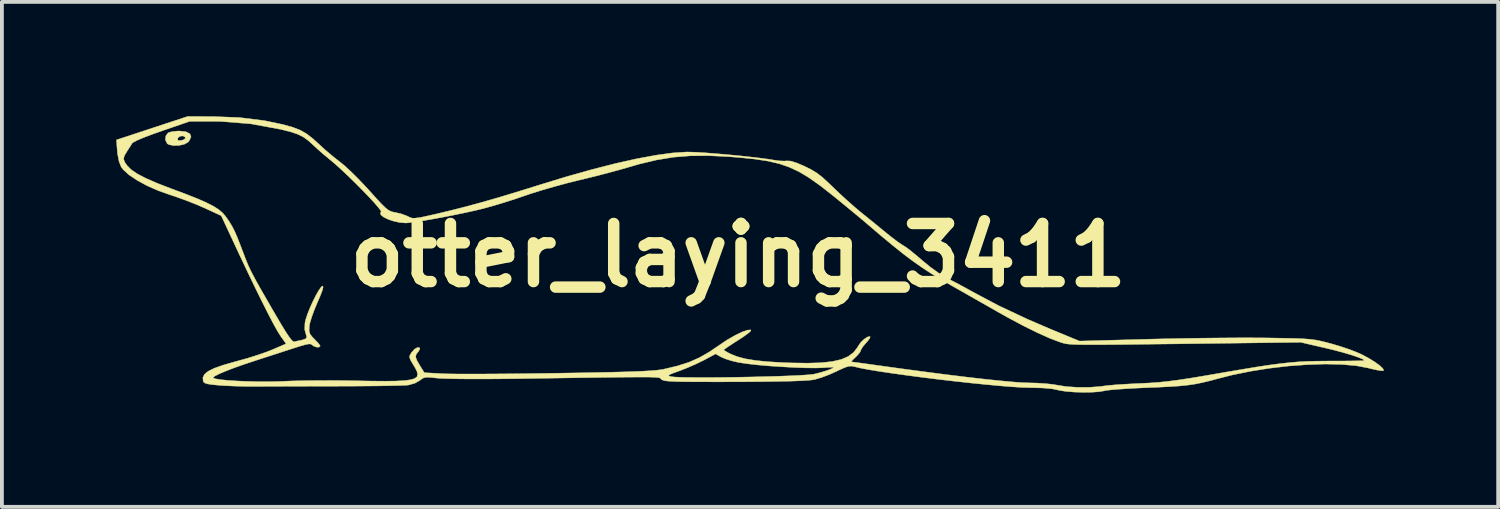
<source format=kicad_pcb>
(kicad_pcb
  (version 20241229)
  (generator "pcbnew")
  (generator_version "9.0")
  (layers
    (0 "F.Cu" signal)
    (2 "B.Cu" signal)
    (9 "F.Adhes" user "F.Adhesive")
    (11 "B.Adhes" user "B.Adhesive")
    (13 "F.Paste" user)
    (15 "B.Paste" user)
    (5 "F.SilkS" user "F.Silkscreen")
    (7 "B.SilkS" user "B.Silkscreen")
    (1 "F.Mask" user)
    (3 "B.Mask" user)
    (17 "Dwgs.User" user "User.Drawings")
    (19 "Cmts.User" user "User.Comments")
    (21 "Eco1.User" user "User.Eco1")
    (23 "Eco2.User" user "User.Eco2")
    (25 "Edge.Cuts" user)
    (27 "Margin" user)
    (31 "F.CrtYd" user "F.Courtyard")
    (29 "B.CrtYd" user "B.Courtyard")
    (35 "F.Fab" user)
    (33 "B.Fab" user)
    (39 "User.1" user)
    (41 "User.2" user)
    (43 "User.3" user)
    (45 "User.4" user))
  (footprint "otter_laying_3411"
    (layer "F.Cu")
    (at 16.313 3.646)
    (property "Reference" "otter_laying_3411" (at 0 0 0) (layer "F.SilkS") (effects (font (size 1.524 1.524) (thickness 0.3))))
    (attr through_hole)
    (fp_poly (pts (xy -14.486 -3.241) (xy -14.382 -3.188) (xy -14.352 -3.108) (xy -14.398 -3.005) (xy -14.436 -2.963) (xy -14.532 -2.911) (xy -14.669 -2.881) (xy -14.815 -2.878) (xy -14.934 -2.903) (xy -14.978 -2.929) (xy -15.024 -3.025) (xy -15.02 -3.069) (xy -14.705 -3.069) (xy -14.698 -3.017) (xy -14.629 -3.008) (xy -14.545 -3.031) (xy -14.5 -3.071) (xy -14.502 -3.095) (xy -14.565 -3.131) (xy -14.648 -3.12) (xy -14.705 -3.07) (xy -14.705 -3.069) (xy -15.02 -3.069) (xy -15.014 -3.132) (xy -14.953 -3.212) (xy -14.946 -3.216) (xy -14.856 -3.242) (xy -14.722 -3.258) (xy -14.659 -3.26) (xy -14.486 -3.241)) (stroke (width 0.01) (type solid)) (fill yes) (layer "F.SilkS"))
    (fp_poly (pts (xy -13.794 -3.64) (xy -13.082 -3.613) (xy -12.428 -3.532) (xy -11.932 -3.428) (xy -11.681 -3.357) (xy -11.486 -3.281) (xy -11.318 -3.185) (xy -11.149 -3.053) (xy -10.998 -2.915) (xy -10.828 -2.76) (xy -10.637 -2.599) (xy -10.463 -2.461) (xy -10.438 -2.443) (xy -10.314 -2.34) (xy -10.151 -2.189) (xy -9.967 -2.007) (xy -9.779 -1.809) (xy -9.676 -1.697) (xy -9.497 -1.498) (xy -9.363 -1.353) (xy -9.262 -1.254) (xy -9.184 -1.191) (xy -9.117 -1.154) (xy -9.051 -1.134) (xy -9.003 -1.125) (xy -8.845 -1.089) (xy -8.693 -1.034) (xy -8.667 -1.021) (xy -8.607 -0.992) (xy -8.551 -0.975) (xy -8.482 -0.972) (xy -8.387 -0.983) (xy -8.249 -1.01) (xy -8.052 -1.054) (xy -7.91 -1.086) (xy -7.513 -1.182) (xy -7.12 -1.282) (xy -6.717 -1.392) (xy -6.285 -1.516) (xy -5.809 -1.66) (xy -5.272 -1.827) (xy -5.218 -1.844) (xy -4.508 -2.061) (xy -3.843 -2.248) (xy -3.227 -2.406) (xy -2.667 -2.531) (xy -2.167 -2.624) (xy -1.732 -2.684) (xy -1.367 -2.709) (xy -1.306 -2.709) (xy -1.129 -2.704) (xy -0.888 -2.69) (xy -0.602 -2.668) (xy -0.29 -2.641) (xy 0.028 -2.611) (xy 0.333 -2.578) (xy 0.605 -2.546) (xy 0.825 -2.516) (xy 0.931 -2.498) (xy 1.083 -2.477) (xy 1.217 -2.472) (xy 1.273 -2.477) (xy 1.376 -2.472) (xy 1.537 -2.422) (xy 1.738 -2.336) (xy 1.913 -2.249) (xy 2.062 -2.159) (xy 2.207 -2.047) (xy 2.371 -1.897) (xy 2.477 -1.794) (xy 2.664 -1.615) (xy 2.872 -1.425) (xy 3.071 -1.25) (xy 3.196 -1.145) (xy 3.391 -0.988) (xy 3.612 -0.808) (xy 3.819 -0.639) (xy 3.873 -0.594) (xy 4.03 -0.469) (xy 4.175 -0.359) (xy 4.29 -0.28) (xy 4.335 -0.253) (xy 4.417 -0.2) (xy 4.542 -0.104) (xy 4.693 0.02) (xy 4.825 0.133) (xy 5.04 0.31) (xy 5.265 0.471) (xy 5.469 0.596) (xy 5.506 0.615) (xy 5.704 0.717) (xy 5.928 0.837) (xy 6.134 0.95) (xy 6.147 0.958) (xy 6.825 1.318) (xy 7.584 1.675) (xy 8.186 1.934) (xy 8.951 2.25) (xy 10.794 2.2) (xy 11.241 2.189) (xy 11.713 2.18) (xy 12.192 2.173) (xy 12.66 2.168) (xy 13.099 2.165) (xy 13.491 2.165) (xy 13.818 2.167) (xy 13.843 2.167) (xy 14.195 2.173) (xy 14.476 2.178) (xy 14.698 2.184) (xy 14.874 2.193) (xy 15.018 2.205) (xy 15.143 2.222) (xy 15.261 2.245) (xy 15.386 2.275) (xy 15.53 2.313) (xy 15.55 2.318) (xy 15.783 2.386) (xy 16.022 2.466) (xy 16.234 2.548) (xy 16.358 2.603) (xy 16.542 2.702) (xy 16.705 2.803) (xy 16.832 2.896) (xy 16.911 2.972) (xy 16.929 3.022) (xy 16.926 3.026) (xy 16.875 3.029) (xy 16.763 3.012) (xy 16.609 2.978) (xy 16.524 2.956) (xy 16.212 2.897) (xy 15.833 2.863) (xy 15.402 2.853) (xy 14.933 2.868) (xy 14.439 2.904) (xy 13.936 2.963) (xy 13.437 3.042) (xy 12.955 3.14) (xy 12.615 3.227) (xy 12.378 3.29) (xy 12.171 3.34) (xy 11.976 3.379) (xy 11.775 3.408) (xy 11.552 3.43) (xy 11.288 3.447) (xy 10.966 3.463) (xy 10.774 3.47) (xy 10.48 3.483) (xy 10.207 3.498) (xy 9.969 3.514) (xy 9.779 3.53) (xy 9.651 3.545) (xy 9.61 3.554) (xy 9.473 3.578) (xy 9.278 3.592) (xy 9.051 3.595) (xy 8.817 3.588) (xy 8.602 3.571) (xy 8.433 3.546) (xy 8.382 3.533) (xy 8.225 3.501) (xy 7.992 3.481) (xy 7.693 3.472) (xy 7.641 3.472) (xy 7.44 3.466) (xy 7.173 3.449) (xy 6.853 3.423) (xy 6.489 3.389) (xy 6.094 3.349) (xy 5.68 3.304) (xy 5.258 3.255) (xy 4.839 3.203) (xy 4.436 3.15) (xy 4.059 3.098) (xy 3.72 3.048) (xy 3.432 3.001) (xy 3.204 2.958) (xy 3.052 2.922) (xy 2.974 2.906) (xy 2.895 2.912) (xy 2.795 2.944) (xy 2.651 3.008) (xy 2.565 3.05) (xy 2.373 3.135) (xy 2.173 3.209) (xy 2 3.26) (xy 1.968 3.266) (xy 1.852 3.279) (xy 1.655 3.291) (xy 1.382 3.301) (xy 1.036 3.308) (xy 0.622 3.314) (xy 0.145 3.318) (xy -0.112 3.319) (xy -0.557 3.32) (xy -0.924 3.319) (xy -1.223 3.318) (xy -1.46 3.316) (xy -1.643 3.311) (xy -1.779 3.305) (xy -1.877 3.297) (xy -1.943 3.286) (xy -1.986 3.272) (xy -2.014 3.256) (xy -2.017 3.253) (xy -2.029 3.241) (xy -2.038 3.23) (xy -2.051 3.221) (xy -2.072 3.213) (xy -2.107 3.207) (xy -2.16 3.202) (xy -2.237 3.198) (xy -2.343 3.195) (xy -2.483 3.194) (xy -2.663 3.195) (xy -2.888 3.196) (xy -3.162 3.199) (xy -3.491 3.203) (xy -3.88 3.208) (xy -4.335 3.214) (xy -4.86 3.222) (xy -5.461 3.231) (xy -5.948 3.238) (xy -6.331 3.242) (xy -6.698 3.244) (xy -7.039 3.244) (xy -7.341 3.241) (xy -7.593 3.236) (xy -7.783 3.23) (xy -7.893 3.222) (xy -8.064 3.204) (xy -8.174 3.2) (xy -8.247 3.214) (xy -8.307 3.248) (xy -8.347 3.28) (xy -8.477 3.354) (xy -8.644 3.402) (xy -8.666 3.405) (xy -8.753 3.411) (xy -8.914 3.416) (xy -9.138 3.421) (xy -9.417 3.426) (xy -9.737 3.429) (xy -10.091 3.432) (xy -10.466 3.433) (xy -10.562 3.434) (xy -10.955 3.434) (xy -11.34 3.435) (xy -11.704 3.436) (xy -12.036 3.437) (xy -12.322 3.438) (xy -12.55 3.439) (xy -12.708 3.439) (xy -12.721 3.44) (xy -12.971 3.438) (xy -13.245 3.43) (xy -13.5 3.418) (xy -13.598 3.411) (xy -13.794 3.393) (xy -13.921 3.374) (xy -13.993 3.35) (xy -14.028 3.317) (xy -14.033 3.304) (xy -14.042 3.21) (xy -14.002 3.124) (xy -13.905 3.043) (xy -13.746 2.964) (xy -13.517 2.883) (xy -13.213 2.795) (xy -13.116 2.769) (xy -12.871 2.701) (xy -12.614 2.62) (xy -12.38 2.539) (xy -12.219 2.476) (xy -11.859 2.321) (xy -12 2.123) (xy -12.077 2.002) (xy -12.184 1.81) (xy -12.32 1.552) (xy -12.479 1.236) (xy -12.661 0.868) (xy -12.861 0.453) (xy -13.076 -0.001) (xy -13.204 -0.275) (xy -13.559 -1.037) (xy -13.987 -1.235) (xy -14.214 -1.334) (xy -14.483 -1.439) (xy -14.754 -1.537) (xy -14.912 -1.589) (xy -15.221 -1.699) (xy -15.512 -1.828) (xy -15.77 -1.969) (xy -15.982 -2.111) (xy -16.133 -2.249) (xy -16.186 -2.321) (xy -16.241 -2.462) (xy -16.252 -2.52) (xy -16.121 -2.52) (xy -16.086 -2.433) (xy -16.027 -2.351) (xy -15.921 -2.245) (xy -15.759 -2.135) (xy -15.534 -2.018) (xy -15.24 -1.89) (xy -14.87 -1.747) (xy -14.851 -1.74) (xy -14.483 -1.603) (xy -14.187 -1.486) (xy -13.953 -1.383) (xy -13.771 -1.291) (xy -13.633 -1.204) (xy -13.529 -1.117) (xy -13.45 -1.027) (xy -13.445 -1.02) (xy -13.357 -0.894) (xy -13.284 -0.776) (xy -13.217 -0.648) (xy -13.147 -0.489) (xy -13.065 -0.282) (xy -12.997 -0.102) (xy -12.942 0.042) (xy -12.893 0.167) (xy -12.843 0.284) (xy -12.787 0.404) (xy -12.718 0.537) (xy -12.633 0.695) (xy -12.524 0.889) (xy -12.385 1.13) (xy -12.213 1.429) (xy -12.138 1.557) (xy -11.981 1.824) (xy -11.859 2.022) (xy -11.768 2.158) (xy -11.702 2.238) (xy -11.658 2.269) (xy -11.646 2.269) (xy -11.558 2.247) (xy -11.44 2.222) (xy -11.438 2.222) (xy -11.341 2.189) (xy -11.318 2.143) (xy -11.321 2.13) (xy -11.371 1.948) (xy -11.364 1.773) (xy -11.345 1.688) (xy -11.299 1.546) (xy -11.233 1.379) (xy -11.154 1.206) (xy -11.072 1.044) (xy -10.996 0.912) (xy -10.934 0.827) (xy -10.903 0.804) (xy -10.887 0.832) (xy -10.907 0.918) (xy -10.965 1.069) (xy -11.038 1.237) (xy -11.12 1.434) (xy -11.189 1.624) (xy -11.236 1.782) (xy -11.25 1.862) (xy -11.255 1.984) (xy -11.23 2.069) (xy -11.161 2.155) (xy -11.116 2.199) (xy -11.028 2.29) (xy -10.974 2.358) (xy -10.964 2.379) (xy -10.996 2.41) (xy -11.068 2.408) (xy -11.144 2.378) (xy -11.173 2.353) (xy -11.206 2.33) (xy -11.263 2.326) (xy -11.359 2.345) (xy -11.508 2.388) (xy -11.654 2.435) (xy -11.872 2.505) (xy -12.135 2.591) (xy -12.409 2.679) (xy -12.636 2.753) (xy -12.947 2.856) (xy -13.221 2.952) (xy -13.448 3.04) (xy -13.622 3.114) (xy -13.734 3.172) (xy -13.775 3.21) (xy -13.772 3.217) (xy -13.705 3.241) (xy -13.567 3.263) (xy -13.373 3.282) (xy -13.137 3.297) (xy -12.873 3.308) (xy -12.594 3.315) (xy -12.316 3.315) (xy -12.052 3.31) (xy -11.917 3.304) (xy -11.683 3.295) (xy -11.386 3.289) (xy -11.045 3.285) (xy -10.682 3.284) (xy -10.316 3.287) (xy -10.054 3.291) (xy -9.617 3.299) (xy -9.258 3.302) (xy -8.972 3.298) (xy -8.751 3.286) (xy -8.591 3.264) (xy -8.484 3.231) (xy -8.425 3.185) (xy -8.416 3.153) (xy -1.826 3.153) (xy -1.803 3.17) (xy -1.757 3.183) (xy -1.668 3.193) (xy -1.507 3.2) (xy -1.283 3.205) (xy -1.01 3.206) (xy -0.698 3.206) (xy -0.359 3.203) (xy -0.005 3.198) (xy 0.354 3.191) (xy 0.705 3.182) (xy 1.037 3.173) (xy 1.338 3.162) (xy 1.598 3.15) (xy 1.804 3.137) (xy 1.945 3.124) (xy 1.99 3.117) (xy 2.16 3.074) (xy 2.32 3.026) (xy 2.413 2.991) (xy 2.482 2.959) (xy 2.504 2.942) (xy 2.468 2.936) (xy 2.366 2.94) (xy 2.218 2.95) (xy 2.022 2.956) (xy 1.763 2.953) (xy 1.461 2.942) (xy 1.137 2.924) (xy 0.811 2.902) (xy 0.504 2.875) (xy 0.237 2.845) (xy 0.029 2.814) (xy 0 2.809) (xy -0.176 2.767) (xy -0.338 2.716) (xy -0.451 2.667) (xy -0.455 2.665) (xy -0.592 2.586) (xy -0.899 2.75) (xy -1.1 2.848) (xy -1.332 2.95) (xy -1.545 3.033) (xy -1.545 3.033) (xy -1.706 3.091) (xy -1.797 3.129) (xy -1.826 3.153) (xy -8.416 3.153) (xy -8.408 3.124) (xy -8.426 3.047) (xy -8.473 2.952) (xy -8.515 2.883) (xy -8.587 2.762) (xy -8.619 2.686) (xy -8.615 2.629) (xy -8.579 2.566) (xy -8.576 2.56) (xy -8.492 2.463) (xy -8.41 2.417) (xy -8.352 2.429) (xy -8.357 2.475) (xy -8.396 2.532) (xy -8.448 2.602) (xy -8.46 2.669) (xy -8.428 2.758) (xy -8.35 2.892) (xy -8.234 3.079) (xy -7.747 3.106) (xy -7.614 3.11) (xy -7.406 3.113) (xy -7.132 3.114) (xy -6.802 3.114) (xy -6.425 3.112) (xy -6.01 3.109) (xy -5.567 3.104) (xy -5.106 3.098) (xy -4.763 3.093) (xy -4.21 3.084) (xy -3.736 3.075) (xy -3.333 3.067) (xy -2.996 3.058) (xy -2.716 3.049) (xy -2.488 3.039) (xy -2.304 3.028) (xy -2.159 3.017) (xy -2.046 3.003) (xy -1.958 2.989) (xy -1.947 2.986) (xy -1.591 2.901) (xy -1.292 2.806) (xy -1.023 2.687) (xy -0.757 2.535) (xy -0.499 2.36) (xy -0.288 2.218) (xy -0.082 2.1) (xy 0.102 2.012) (xy 0.248 1.962) (xy 0.331 1.956) (xy 0.331 1.983) (xy 0.262 2.045) (xy 0.131 2.14) (xy 0.011 2.218) (xy -0.147 2.319) (xy -0.275 2.404) (xy -0.357 2.461) (xy -0.381 2.481) (xy -0.347 2.507) (xy -0.261 2.557) (xy -0.208 2.584) (xy -0.033 2.656) (xy 0.184 2.714) (xy 0.455 2.759) (xy 0.787 2.792) (xy 1.19 2.815) (xy 1.379 2.822) (xy 1.815 2.829) (xy 2.176 2.818) (xy 2.469 2.786) (xy 2.703 2.732) (xy 2.886 2.653) (xy 3.026 2.548) (xy 3.129 2.415) (xy 3.153 2.372) (xy 3.217 2.283) (xy 3.304 2.2) (xy 3.391 2.143) (xy 3.453 2.13) (xy 3.462 2.135) (xy 3.45 2.177) (xy 3.392 2.255) (xy 3.352 2.299) (xy 3.271 2.394) (xy 3.223 2.471) (xy 3.217 2.491) (xy 3.188 2.551) (xy 3.115 2.636) (xy 3.081 2.669) (xy 3.003 2.744) (xy 2.965 2.789) (xy 2.966 2.794) (xy 3.013 2.8) (xy 3.129 2.815) (xy 3.297 2.838) (xy 3.503 2.867) (xy 3.591 2.879) (xy 4.24 2.969) (xy 4.852 3.051) (xy 5.422 3.125) (xy 5.943 3.189) (xy 6.41 3.243) (xy 6.816 3.286) (xy 7.157 3.318) (xy 7.426 3.339) (xy 7.617 3.346) (xy 7.62 3.346) (xy 7.846 3.352) (xy 8.07 3.367) (xy 8.262 3.388) (xy 8.361 3.405) (xy 8.606 3.444) (xy 8.899 3.463) (xy 9.205 3.463) (xy 9.489 3.443) (xy 9.588 3.429) (xy 9.72 3.413) (xy 9.914 3.396) (xy 10.15 3.381) (xy 10.406 3.367) (xy 10.541 3.361) (xy 10.792 3.349) (xy 11.032 3.332) (xy 11.278 3.306) (xy 11.548 3.271) (xy 11.859 3.224) (xy 12.228 3.162) (xy 12.404 3.132) (xy 12.89 3.048) (xy 13.305 2.978) (xy 13.659 2.92) (xy 13.963 2.875) (xy 14.23 2.84) (xy 14.471 2.814) (xy 14.696 2.795) (xy 14.918 2.783) (xy 15.147 2.777) (xy 15.395 2.774) (xy 15.547 2.773) (xy 15.809 2.773) (xy 16.04 2.771) (xy 16.228 2.768) (xy 16.359 2.765) (xy 16.422 2.761) (xy 16.425 2.76) (xy 16.386 2.726) (xy 16.275 2.679) (xy 16.105 2.621) (xy 15.887 2.556) (xy 15.633 2.488) (xy 15.406 2.433) (xy 14.753 2.282) (xy 12.171 2.315) (xy 11.547 2.323) (xy 11.003 2.329) (xy 10.531 2.335) (xy 10.127 2.34) (xy 9.784 2.343) (xy 9.498 2.345) (xy 9.261 2.345) (xy 9.069 2.345) (xy 8.916 2.342) (xy 8.796 2.338) (xy 8.702 2.333) (xy 8.63 2.325) (xy 8.574 2.316) (xy 8.528 2.305) (xy 8.485 2.293) (xy 8.441 2.278) (xy 8.424 2.272) (xy 8.164 2.173) (xy 7.846 2.03) (xy 7.481 1.85) (xy 7.081 1.637) (xy 6.773 1.464) (xy 6.515 1.317) (xy 6.232 1.156) (xy 5.954 0.998) (xy 5.712 0.86) (xy 5.652 0.826) (xy 5.35 0.653) (xy 5.08 0.49) (xy 4.829 0.326) (xy 4.583 0.153) (xy 4.327 -0.039) (xy 4.049 -0.262) (xy 3.734 -0.523) (xy 3.423 -0.789) (xy 3.243 -0.942) (xy 3.02 -1.127) (xy 2.777 -1.327) (xy 2.537 -1.523) (xy 2.428 -1.61) (xy 2.124 -1.847) (xy 1.852 -2.038) (xy 1.597 -2.191) (xy 1.343 -2.31) (xy 1.076 -2.402) (xy 0.779 -2.471) (xy 0.438 -2.523) (xy 0.037 -2.564) (xy -0.254 -2.587) (xy -0.782 -2.613) (xy -1.255 -2.609) (xy -1.698 -2.573) (xy -2.138 -2.501) (xy -2.599 -2.391) (xy -2.91 -2.301) (xy -3.122 -2.24) (xy -3.391 -2.167) (xy -3.69 -2.089) (xy -3.993 -2.014) (xy -4.191 -1.967) (xy -4.495 -1.891) (xy -4.825 -1.801) (xy -5.151 -1.707) (xy -5.442 -1.616) (xy -5.585 -1.567) (xy -5.853 -1.476) (xy -6.146 -1.382) (xy -6.431 -1.297) (xy -6.673 -1.23) (xy -6.699 -1.223) (xy -6.929 -1.168) (xy -7.194 -1.11) (xy -7.481 -1.051) (xy -7.773 -0.994) (xy -8.053 -0.943) (xy -8.307 -0.9) (xy -8.519 -0.868) (xy -8.672 -0.85) (xy -8.724 -0.847) (xy -8.88 -0.86) (xy -9.038 -0.895) (xy -9.183 -0.944) (xy -9.3 -1.002) (xy -9.373 -1.061) (xy -9.387 -1.114) (xy -9.364 -1.138) (xy -9.377 -1.175) (xy -9.443 -1.26) (xy -9.55 -1.384) (xy -9.691 -1.536) (xy -9.855 -1.706) (xy -10.033 -1.886) (xy -10.215 -2.064) (xy -10.392 -2.231) (xy -10.553 -2.378) (xy -10.69 -2.494) (xy -10.71 -2.511) (xy -10.873 -2.645) (xy -11.048 -2.799) (xy -11.155 -2.898) (xy -11.287 -3.017) (xy -11.412 -3.106) (xy -11.552 -3.175) (xy -11.728 -3.234) (xy -11.964 -3.295) (xy -11.992 -3.302) (xy -12.784 -3.448) (xy -13.578 -3.511) (xy -13.796 -3.514) (xy -14.385 -3.514) (xy -15.119 -3.262) (xy -15.382 -3.169) (xy -15.602 -3.085) (xy -15.768 -3.015) (xy -15.869 -2.962) (xy -15.896 -2.94) (xy -15.947 -2.858) (xy -16.018 -2.748) (xy -16.034 -2.723) (xy -16.104 -2.605) (xy -16.121 -2.52) (xy -16.252 -2.52) (xy -16.279 -2.654) (xy -16.288 -2.745) (xy -16.308 -3.027) (xy -15.376 -3.334) (xy -14.444 -3.641) (xy -13.794 -3.64)) (stroke (width 0.01) (type solid)) (fill yes) (layer "F.SilkS")))
  (gr_rect
    (start -3 -3)
    (end 36.247 10.245)
    (stroke (width 0.1) (type default))
    (fill no)
    (layer "Edge.Cuts")))
</source>
